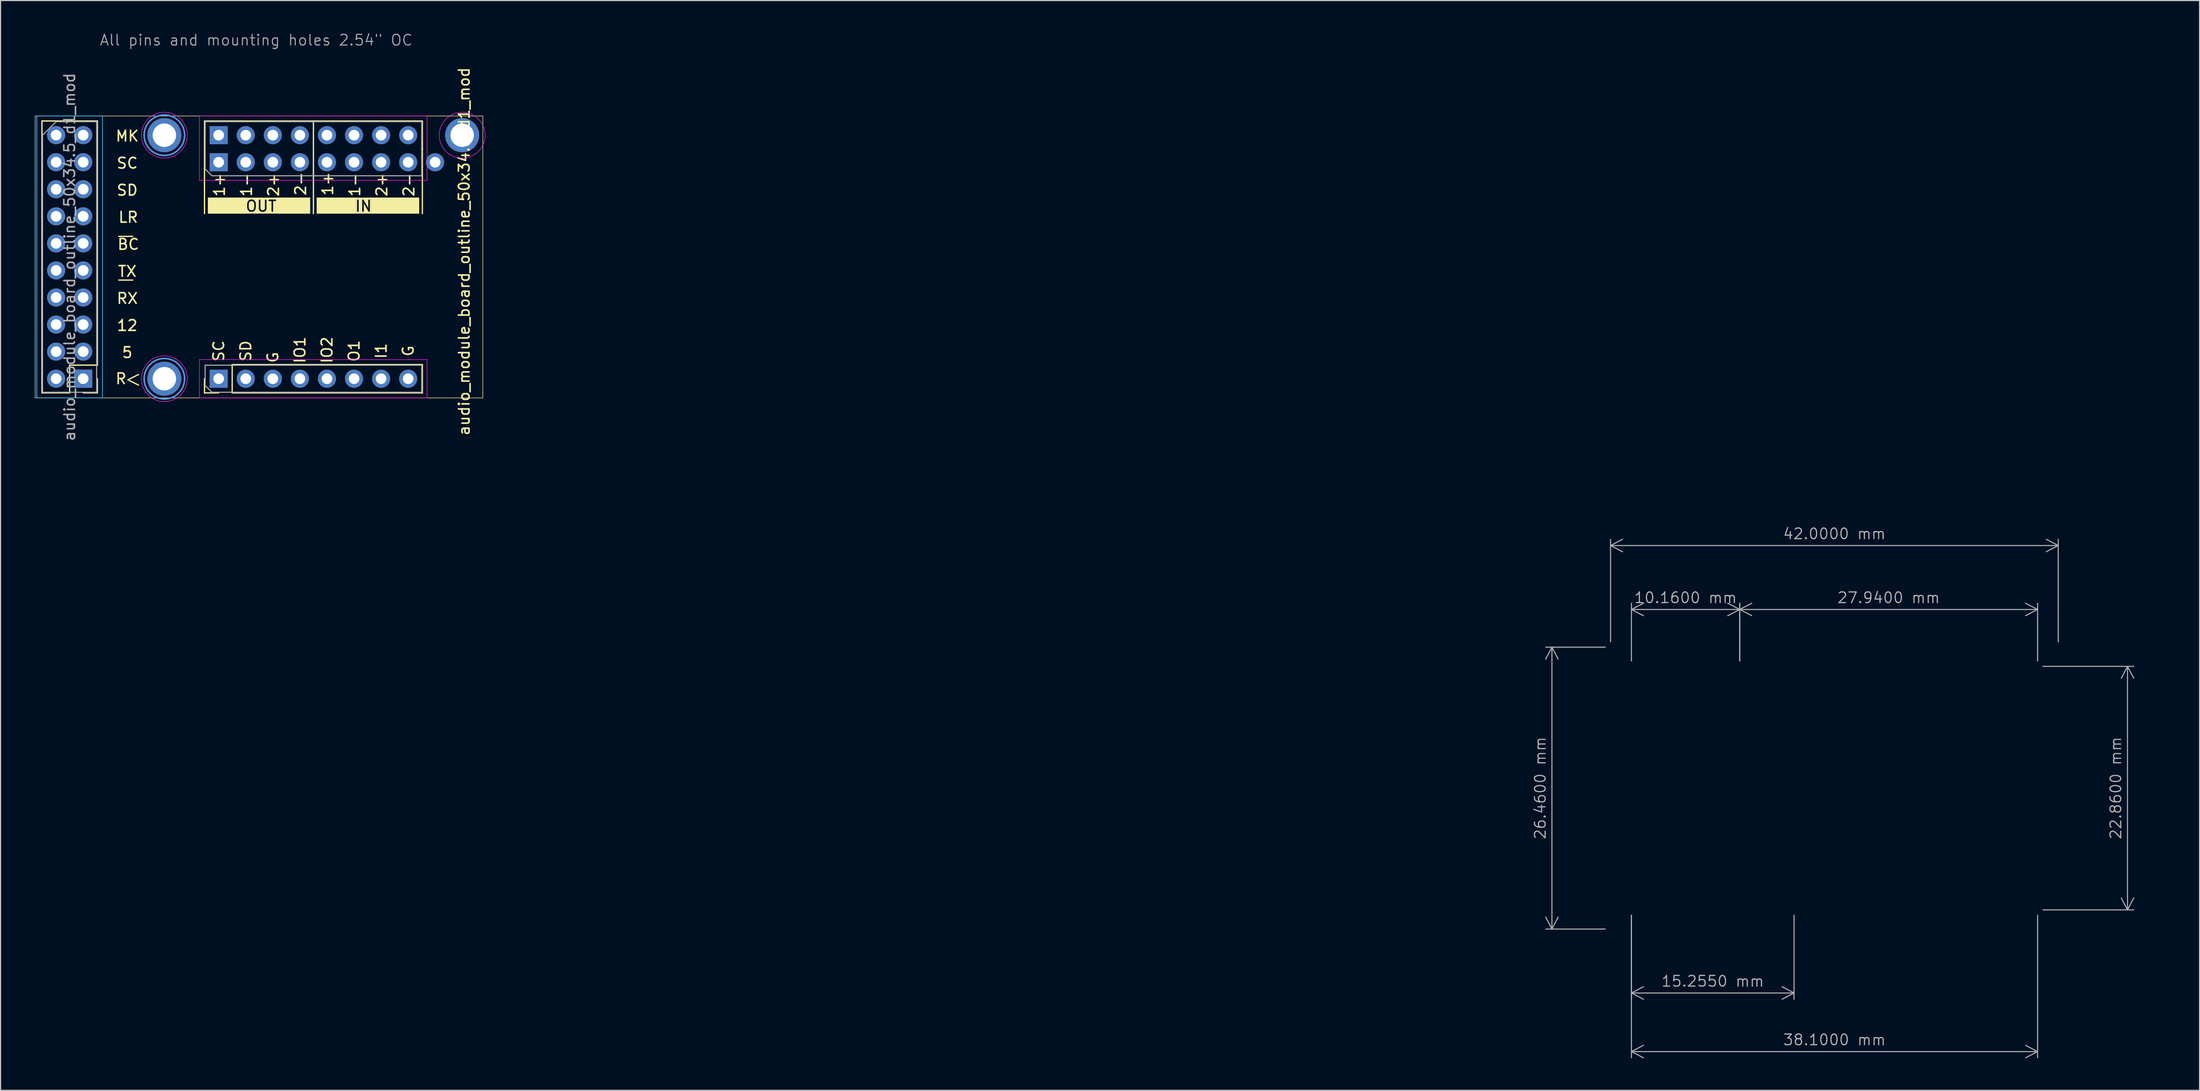
<source format=kicad_pcb>
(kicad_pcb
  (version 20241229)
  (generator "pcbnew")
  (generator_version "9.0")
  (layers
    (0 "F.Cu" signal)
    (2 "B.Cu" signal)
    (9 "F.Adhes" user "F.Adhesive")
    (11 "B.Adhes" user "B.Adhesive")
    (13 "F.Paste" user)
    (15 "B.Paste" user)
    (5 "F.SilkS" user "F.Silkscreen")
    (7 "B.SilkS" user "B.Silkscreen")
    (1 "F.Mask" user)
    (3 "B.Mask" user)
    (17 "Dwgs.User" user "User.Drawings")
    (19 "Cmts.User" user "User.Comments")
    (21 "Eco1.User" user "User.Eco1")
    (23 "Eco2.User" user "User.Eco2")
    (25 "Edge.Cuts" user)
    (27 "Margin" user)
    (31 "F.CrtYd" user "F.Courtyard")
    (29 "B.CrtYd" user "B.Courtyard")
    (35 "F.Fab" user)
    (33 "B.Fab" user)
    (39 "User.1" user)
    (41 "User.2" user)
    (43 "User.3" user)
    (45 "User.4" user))
  (footprint "audio_module_board_outline_50x34.5_d1_mod"
    (layer "F.Cu")
    (at 0.25 34.3)
    (property "Reference" "audio_module_board_outline_50x34.5_d1_mod" (at 40.25 -13.75 90) (layer "F.SilkS") (effects (font (size 1 1) (thickness 0.15))))
    (attr through_hole exclude_from_bom dnp)
    (fp_line (start 0 -26.46) (end 42 -26.46) (stroke (width 0.05) (type default)) (layer "F.SilkS"))
    (fp_line (start 0 0) (end 0 -26.46) (stroke (width 0.05) (type default)) (layer "F.SilkS"))
    (fp_line (start 0.635 -0.475) (end 0.635 -25.995) (stroke (width 0.12) (type solid)) (layer "F.SilkS"))
    (fp_line (start 3.235 -3.075) (end 3.235 -0.475) (stroke (width 0.12) (type solid)) (layer "F.SilkS"))
    (fp_line (start 3.235 -0.475) (end 0.635 -0.475) (stroke (width 0.12) (type solid)) (layer "F.SilkS"))
    (fp_line (start 5.835 -25.995) (end 0.635 -25.995) (stroke (width 0.12) (type solid)) (layer "F.SilkS"))
    (fp_line (start 5.835 -3.075) (end 3.235 -3.075) (stroke (width 0.12) (type solid)) (layer "F.SilkS"))
    (fp_line (start 5.835 -3.075) (end 5.835 -25.995) (stroke (width 0.12) (type solid)) (layer "F.SilkS"))
    (fp_line (start 5.835 -1.805) (end 5.835 -0.475) (stroke (width 0.12) (type solid)) (layer "F.SilkS"))
    (fp_line (start 5.835 -0.475) (end 4.505 -0.475) (stroke (width 0.12) (type solid)) (layer "F.SilkS"))
    (fp_line (start 7.845 -15.16) (end 9.155 -15.16) (stroke (width 0.12) (type solid)) (layer "F.SilkS"))
    (fp_line (start 8.7 -1.7) (end 9.7 -1.2) (stroke (width 0.12) (type solid)) (layer "F.SilkS"))
    (fp_line (start 9.155 -11.06) (end 7.845 -11.06) (stroke (width 0.12) (type solid)) (layer "F.SilkS"))
    (fp_line (start 9.7 -2.2) (end 8.7 -1.7) (stroke (width 0.12) (type solid)) (layer "F.SilkS"))
    (fp_line (start 15.885 -25.99) (end 36.325 -25.99) (stroke (width 0.12) (type solid)) (layer "F.SilkS"))
    (fp_line (start 15.885 -20.79) (end 15.885 -25.99) (stroke (width 0.12) (type solid)) (layer "F.SilkS"))
    (fp_line (start 15.885 -20.79) (end 15.885 -17.3) (stroke (width 0.12) (type solid)) (layer "F.SilkS"))
    (fp_line (start 15.885 -0.47) (end 15.885 -1.8) (stroke (width 0.12) (type solid)) (layer "F.SilkS"))
    (fp_line (start 17.215 -0.47) (end 15.885 -0.47) (stroke (width 0.12) (type solid)) (layer "F.SilkS"))
    (fp_line (start 18.485 -3.13) (end 36.325 -3.13) (stroke (width 0.12) (type solid)) (layer "F.SilkS"))
    (fp_line (start 18.485 -0.47) (end 18.485 -3.13) (stroke (width 0.12) (type solid)) (layer "F.SilkS"))
    (fp_line (start 18.485 -0.47) (end 36.325 -0.47) (stroke (width 0.12) (type solid)) (layer "F.SilkS"))
    (fp_line (start 26.105 -25.99) (end 26.105 -17.3) (stroke (width 0.12) (type solid)) (layer "F.SilkS"))
    (fp_line (start 36.325 -23.33) (end 36.325 -25.99) (stroke (width 0.12) (type solid)) (layer "F.SilkS"))
    (fp_line (start 36.325 -17.3) (end 36.325 -23.45) (stroke (width 0.12) (type solid)) (layer "F.SilkS"))
    (fp_line (start 36.325 -0.47) (end 36.325 -3.13) (stroke (width 0.12) (type solid)) (layer "F.SilkS"))
    (fp_line (start 42 -26.46) (end 42 0) (stroke (width 0.05) (type default)) (layer "F.SilkS"))
    (fp_line (start 42 0) (end 0 0) (stroke (width 0.05) (type default)) (layer "F.SilkS"))
    (fp_rect (start 16.2 -18.8) (end 19.8 -17.3) (stroke (width 0) (type solid)) (fill yes) (layer "F.SilkS"))
    (fp_rect (start 16.2 -18.8) (end 25.8 -18.7) (stroke (width 0) (type solid)) (fill yes) (layer "F.SilkS"))
    (fp_rect (start 16.2 -17.4) (end 25.8 -17.3) (stroke (width 0) (type solid)) (fill yes) (layer "F.SilkS"))
    (fp_rect (start 22.7 -18.8) (end 25.8 -17.3) (stroke (width 0) (type solid)) (fill yes) (layer "F.SilkS"))
    (fp_rect (start 26.4 -18.8) (end 36 -18.7) (stroke (width 0) (type solid)) (fill yes) (layer "F.SilkS"))
    (fp_rect (start 26.4 -17.4) (end 36 -17.3) (stroke (width 0) (type solid)) (fill yes) (layer "F.SilkS"))
    (fp_rect (start 26.41 -18.8) (end 30.1 -17.3) (stroke (width 0) (type solid)) (fill yes) (layer "F.SilkS"))
    (fp_rect (start 31.5 -18.8) (end 36.03 -17.3) (stroke (width 0) (type solid)) (fill yes) (layer "F.SilkS"))
    (fp_circle (center 12.12 -24.66) (end 14.02 -24.66) (stroke (width 0.15) (type solid)) (fill no) (layer "Cmts.User"))
    (fp_circle (center 12.12 -1.8) (end 14.02 -1.8) (stroke (width 0.15) (type solid)) (fill no) (layer "Cmts.User"))
    (fp_rect (start 0.15 -26.46) (end 6.31 0) (stroke (width 0.05) (type default)) (fill no) (layer "B.CrtYd"))
    (fp_line (start 0.155 -26.455) (end 0.155 -0.005) (stroke (width 0.05) (type solid)) (layer "F.CrtYd"))
    (fp_line (start 0.155 -0.005) (end 6.305 -0.005) (stroke (width 0.05) (type solid)) (layer "F.CrtYd"))
    (fp_line (start 6.305 -26.455) (end 0.155 -26.455) (stroke (width 0.05) (type solid)) (layer "F.CrtYd"))
    (fp_line (start 6.305 -0.005) (end 6.305 -26.455) (stroke (width 0.05) (type solid)) (layer "F.CrtYd"))
    (fp_line (start 15.415 -26.46) (end 15.415 -20.42) (stroke (width 0.05) (type solid)) (layer "F.CrtYd"))
    (fp_line (start 15.415 -20.42) (end 36.765 -20.42) (stroke (width 0.05) (type solid)) (layer "F.CrtYd"))
    (fp_line (start 15.415 -3.6) (end 15.415 0) (stroke (width 0.05) (type solid)) (layer "F.CrtYd"))
    (fp_line (start 15.415 0) (end 36.765 0) (stroke (width 0.05) (type solid)) (layer "F.CrtYd"))
    (fp_line (start 36.765 -26.46) (end 15.415 -26.46) (stroke (width 0.05) (type solid)) (layer "F.CrtYd"))
    (fp_line (start 36.765 -20.42) (end 36.765 -26.46) (stroke (width 0.05) (type solid)) (layer "F.CrtYd"))
    (fp_line (start 36.765 -3.6) (end 15.415 -3.6) (stroke (width 0.05) (type solid)) (layer "F.CrtYd"))
    (fp_line (start 36.765 0) (end 36.765 -3.6) (stroke (width 0.05) (type solid)) (layer "F.CrtYd"))
    (fp_circle (center 12.12 -24.66) (end 14.27 -24.66) (stroke (width 0.05) (type solid)) (fill no) (layer "F.CrtYd"))
    (fp_circle (center 12.12 -1.8) (end 14.27 -1.8) (stroke (width 0.05) (type solid)) (fill no) (layer "F.CrtYd"))
    (fp_circle (center 40.06 -24.66) (end 42.21 -24.66) (stroke (width 0.05) (type solid)) (fill no) (layer "F.CrtYd"))
    (fp_line (start 0.69 -24.66) (end 1.96 -25.93) (stroke (width 0.1) (type solid)) (layer "F.Fab"))
    (fp_line (start 0.69 -0.53) (end 0.69 -24.66) (stroke (width 0.1) (type solid)) (layer "F.Fab"))
    (fp_line (start 1.96 -25.93) (end 5.77 -25.93) (stroke (width 0.1) (type solid)) (layer "F.Fab"))
    (fp_line (start 5.77 -25.93) (end 5.77 -0.53) (stroke (width 0.1) (type solid)) (layer "F.Fab"))
    (fp_line (start 5.77 -0.53) (end 0.69 -0.53) (stroke (width 0.1) (type solid)) (layer "F.Fab"))
    (fp_line (start 15.945 -25.93) (end 36.265 -25.93) (stroke (width 0.1) (type solid)) (layer "F.Fab"))
    (fp_line (start 15.945 -24.025) (end 15.945 -25.93) (stroke (width 0.1) (type solid)) (layer "F.Fab"))
    (fp_line (start 15.945 -21.485) (end 15.945 -25.99) (stroke (width 0.1) (type solid)) (layer "F.Fab"))
    (fp_line (start 15.945 -3.07) (end 36.265 -3.07) (stroke (width 0.1) (type solid)) (layer "F.Fab"))
    (fp_line (start 15.945 -1.165) (end 15.945 -3.07) (stroke (width 0.1) (type solid)) (layer "F.Fab"))
    (fp_line (start 16.58 -20.85) (end 15.945 -21.485) (stroke (width 0.1) (type solid)) (layer "F.Fab"))
    (fp_line (start 16.58 -0.53) (end 15.945 -1.165) (stroke (width 0.1) (type solid)) (layer "F.Fab"))
    (fp_line (start 36.265 -25.93) (end 36.265 -23.39) (stroke (width 0.1) (type solid)) (layer "F.Fab"))
    (fp_line (start 36.265 -23.39) (end 36.265 -20.85) (stroke (width 0.1) (type solid)) (layer "F.Fab"))
    (fp_line (start 36.265 -20.85) (end 16.58 -20.85) (stroke (width 0.1) (type solid)) (layer "F.Fab"))
    (fp_line (start 36.265 -3.07) (end 36.265 -0.53) (stroke (width 0.1) (type solid)) (layer "F.Fab"))
    (fp_line (start 36.265 -0.53) (end 16.58 -0.53) (stroke (width 0.1) (type solid)) (layer "F.Fab"))
    (fp_text user "OUT" (at 21.2 -18 0) (unlocked yes) (layer "F.SilkS" knockout) (effects (font (size 1 1) (thickness 0.15))))
    (fp_text user "G" (at 35 -4.405 90) (unlocked yes) (layer "F.SilkS") (effects (font (size 1 1) (thickness 0.15))))
    (fp_text user "SC" (at 8.64 -22.035 0) (unlocked yes) (layer "F.SilkS") (effects (font (size 1 1) (thickness 0.15))))
    (fp_text user "1-" (at 19.82 -20.005 90) (unlocked yes) (layer "F.SilkS") (effects (font (size 1 1) (thickness 0.15))))
    (fp_text user "1+" (at 27.44 -20.1 90) (unlocked yes) (layer "F.SilkS") (effects (font (size 1 1) (thickness 0.15))))
    (fp_text user "IO1" (at 24.84 -4.5 90) (unlocked yes) (layer "F.SilkS") (effects (font (size 1 1) (thickness 0.15))))
    (fp_text user "2-" (at 24.9 -20.1 90) (unlocked yes) (layer "F.SilkS") (effects (font (size 1 1) (thickness 0.15))))
    (fp_text user "5" (at 8.64 -4.255 0) (unlocked yes) (layer "F.SilkS") (effects (font (size 1 1) (thickness 0.15))))
    (fp_text user "R" (at 8.05 -1.8 0) (unlocked yes) (layer "F.SilkS") (effects (font (size 1 1) (thickness 0.15))))
    (fp_text user "IN" (at 30.8 -18 0) (unlocked yes) (layer "F.SilkS" knockout) (effects (font (size 1 1) (thickness 0.15))))
    (fp_text user "SD" (at 19.76 -4.405 90) (unlocked yes) (layer "F.SilkS") (effects (font (size 1 1) (thickness 0.15))))
    (fp_text user "1+" (at 17.28 -20.005 90) (unlocked yes) (layer "F.SilkS") (effects (font (size 1 1) (thickness 0.15))))
    (fp_text user "G" (at 22.3 -3.805 90) (unlocked yes) (layer "F.SilkS") (effects (font (size 1 1) (thickness 0.15))))
    (fp_text user "2-" (at 35.06 -20.005 90) (unlocked yes) (layer "F.SilkS") (effects (font (size 1 1) (thickness 0.15))))
    (fp_text user "LR" (at 8.735 -16.955 0) (unlocked yes) (layer "F.SilkS") (effects (font (size 1 1) (thickness 0.15))))
    (fp_text user "IO2" (at 27.38 -4.5 90) (unlocked yes) (layer "F.SilkS") (effects (font (size 1 1) (thickness 0.15))))
    (fp_text user "RX" (at 8.64 -9.335 0) (unlocked yes) (layer "F.SilkS") (effects (font (size 1 1) (thickness 0.15))))
    (fp_text user "MK" (at 8.64 -24.575 0) (unlocked yes) (layer "F.SilkS") (effects (font (size 1 1) (thickness 0.15))))
    (fp_text user "12" (at 8.64 -6.795 0) (unlocked yes) (layer "F.SilkS") (effects (font (size 1 1) (thickness 0.15))))
    (fp_text user "BC" (at 8.735 -14.415 0) (unlocked yes) (layer "F.SilkS") (effects (font (size 1 1) (thickness 0.15))))
    (fp_text user "TX" (at 8.64 -11.875 0) (unlocked yes) (layer "F.SilkS") (effects (font (size 1 1) (thickness 0.15))))
    (fp_text user "O1" (at 29.92 -4.405 90) (unlocked yes) (layer "F.SilkS") (effects (font (size 1 1) (thickness 0.15))))
    (fp_text user "2+" (at 32.52 -20.005 90) (unlocked yes) (layer "F.SilkS") (effects (font (size 1 1) (thickness 0.15))))
    (fp_text user "SC" (at 17.22 -4.405 90) (unlocked yes) (layer "F.SilkS") (effects (font (size 1 1) (thickness 0.15))))
    (fp_text user "1-" (at 29.98 -20.005 90) (unlocked yes) (layer "F.SilkS") (effects (font (size 1 1) (thickness 0.15))))
    (fp_text user "2+" (at 22.36 -20.005 90) (unlocked yes) (layer "F.SilkS") (effects (font (size 1 1) (thickness 0.15))))
    (fp_text user "SD" (at 8.64 -19.495 0) (unlocked yes) (layer "F.SilkS") (effects (font (size 1 1) (thickness 0.15))))
    (fp_text user "I1" (at 32.46 -4.405 90) (unlocked yes) (layer "F.SilkS") (effects (font (size 1 1) (thickness 0.15))))
    (fp_text user "All pins and mounting holes 2.54\" OC" (at 6 -33 0) (unlocked yes) (layer "F.Fab") (effects (font (size 1 1) (thickness 0.1)) (justify left bottom)))
    (fp_text user "${REFERENCE}" (at 3.23 -13.23 90) (layer "F.Fab") (effects (font (size 1 1) (thickness 0.15))))
    (dimension (type orthogonal) (layer "F.Fab") (pts (xy 150.01 82.358) (xy 165.265 82.358)) (height 7.8) (orientation 0) (format (prefix "") (suffix "") (units 3) (units_format 1) (precision 4)) (style (thickness 0.1) (arrow_length 1.27) (text_position_mode 0) (arrow_direction outward) (extension_height 0.586) (extension_offset 0.5) (keep_text_aligned yes)) (gr_text "15.2550 mm" (at 157.637 89.058 0) (layer "F.Fab") (effects (font (size 1 1) (thickness 0.1)))))
    (dimension (type orthogonal) (layer "F.Fab") (pts (xy 150.01 59.498) (xy 160.17 59.498)) (height -5.34) (orientation 0) (format (prefix "") (suffix "") (units 3) (units_format 1) (precision 4)) (style (thickness 0.1) (arrow_length 1.27) (text_position_mode 0) (arrow_direction outward) (extension_height 0.586) (extension_offset 0.5) (keep_text_aligned yes)) (gr_text "10.1600 mm" (at 155.09 53.057 0) (layer "F.Fab") (effects (font (size 1 1) (thickness 0.1)))))
    (dimension (type orthogonal) (layer "F.Fab") (pts (xy 148.05 57.697) (xy 190.05 57.697)) (height -9.54) (orientation 0) (format (prefix "") (suffix "") (units 3) (units_format 1) (precision 4)) (style (thickness 0.1) (arrow_length 1.27) (text_position_mode 0) (arrow_direction outward) (extension_height 0.586) (extension_offset 0.5) (keep_text_aligned yes)) (gr_text "42.0000 mm" (at 169.05 47.057 0) (layer "F.Fab") (effects (font (size 1 1) (thickness 0.1)))))
    (dimension (type orthogonal) (layer "F.Fab") (pts (xy 188.11 59.498) (xy 188.11 82.358)) (height 8.44) (orientation 1) (format (prefix "") (suffix "") (units 3) (units_format 1) (precision 4)) (style (thickness 0.1) (arrow_length 1.27) (text_position_mode 0) (arrow_direction outward) (extension_height 0.586) (extension_offset 0.5) (keep_text_aligned yes)) (gr_text "22.8600 mm" (at 195.45 70.927 90) (layer "F.Fab") (effects (font (size 1 1) (thickness 0.1)))))
    (dimension (type orthogonal) (layer "F.Fab") (pts (xy 150.01 82.358) (xy 188.11 82.358)) (height 13.3) (orientation 0) (format (prefix "") (suffix "") (units 3) (units_format 1) (precision 4)) (style (thickness 0.1) (arrow_length 1.27) (text_position_mode 0) (arrow_direction outward) (extension_height 0.586) (extension_offset 0.5) (keep_text_aligned yes)) (gr_text "38.1000 mm" (at 169.06 94.558 0) (layer "F.Fab") (effects (font (size 1 1) (thickness 0.1)))))
    (dimension (type orthogonal) (layer "F.Fab") (pts (xy 160.17 59.498) (xy 188.11 59.498)) (height -5.34) (orientation 0) (format (prefix "") (suffix "") (units 3) (units_format 1) (precision 4)) (style (thickness 0.1) (arrow_length 1.27) (text_position_mode 0) (arrow_direction outward) (extension_height 0.586) (extension_offset 0.5) (keep_text_aligned yes)) (gr_text "27.9400 mm" (at 174.14 53.057 0) (layer "F.Fab") (effects (font (size 1 1) (thickness 0.1)))))
    (dimension (type orthogonal) (layer "F.Fab") (pts (xy 148.05 57.697) (xy 148.05 84.157)) (height -5.5) (orientation 1) (format (prefix "") (suffix "") (units 3) (units_format 1) (precision 4)) (style (thickness 0.1) (arrow_length 1.27) (text_position_mode 0) (arrow_direction outward) (extension_height 0.586) (extension_offset 0.5) (keep_text_aligned yes)) (gr_text "26.4600 mm" (at 141.45 70.927 90) (layer "F.Fab") (effects (font (size 1 1) (thickness 0.1)))))
    (pad "1" thru_hole rect (at 4.505 -1.805 180) (size 1.7 1.7) (drill 1) (layers "*.Cu" "*.Mask"))
    (pad "2" thru_hole oval (at 1.965 -1.805 180) (size 1.7 1.7) (drill 1) (layers "*.Cu" "*.Mask"))
    (pad "3" thru_hole oval (at 4.505 -4.345 180) (size 1.7 1.7) (drill 1) (layers "*.Cu" "*.Mask"))
    (pad "4" thru_hole oval (at 1.965 -4.345 180) (size 1.7 1.7) (drill 1) (layers "*.Cu" "*.Mask"))
    (pad "5" thru_hole oval (at 4.505 -6.885 180) (size 1.7 1.7) (drill 1) (layers "*.Cu" "*.Mask"))
    (pad "6" thru_hole oval (at 1.965 -6.885 180) (size 1.7 1.7) (drill 1) (layers "*.Cu" "*.Mask"))
    (pad "7" thru_hole oval (at 4.505 -9.425 180) (size 1.7 1.7) (drill 1) (layers "*.Cu" "*.Mask"))
    (pad "8" thru_hole oval (at 1.965 -9.425 180) (size 1.7 1.7) (drill 1) (layers "*.Cu" "*.Mask"))
    (pad "9" thru_hole oval (at 4.505 -11.965 180) (size 1.7 1.7) (drill 1) (layers "*.Cu" "*.Mask"))
    (pad "10" thru_hole oval (at 1.965 -11.965 180) (size 1.7 1.7) (drill 1) (layers "*.Cu" "*.Mask"))
    (pad "11" thru_hole oval (at 4.505 -14.505 180) (size 1.7 1.7) (drill 1) (layers "*.Cu" "*.Mask"))
    (pad "12" thru_hole oval (at 1.965 -14.505 180) (size 1.7 1.7) (drill 1) (layers "*.Cu" "*.Mask"))
    (pad "13" thru_hole oval (at 4.505 -17.045 180) (size 1.7 1.7) (drill 1) (layers "*.Cu" "*.Mask"))
    (pad "14" thru_hole oval (at 1.965 -17.045 180) (size 1.7 1.7) (drill 1) (layers "*.Cu" "*.Mask"))
    (pad "15" thru_hole oval (at 4.505 -19.585 180) (size 1.7 1.7) (drill 1) (layers "*.Cu" "*.Mask"))
    (pad "16" thru_hole oval (at 1.965 -19.585 180) (size 1.7 1.7) (drill 1) (layers "*.Cu" "*.Mask"))
    (pad "17" thru_hole oval (at 4.505 -22.125 180) (size 1.7 1.7) (drill 1) (layers "*.Cu" "*.Mask"))
    (pad "18" thru_hole oval (at 1.965 -22.125 180) (size 1.7 1.7) (drill 1) (layers "*.Cu" "*.Mask"))
    (pad "19" thru_hole oval (at 4.505 -24.665 180) (size 1.7 1.7) (drill 1) (layers "*.Cu" "*.Mask"))
    (pad "20" thru_hole oval (at 1.965 -24.665 180) (size 1.7 1.7) (drill 1) (layers "*.Cu" "*.Mask"))
    (pad "21" thru_hole rect (at 17.215 -22.12 90) (size 1.7 1.7) (drill 1) (layers "*.Cu" "*.Mask"))
    (pad "22" thru_hole rect (at 17.215 -24.66 90) (size 1.7 1.7) (drill 1) (layers "*.Cu" "*.Mask"))
    (pad "23" thru_hole oval (at 19.755 -22.12 90) (size 1.7 1.7) (drill 1) (layers "*.Cu" "*.Mask"))
    (pad "24" thru_hole oval (at 19.755 -24.66 90) (size 1.7 1.7) (drill 1) (layers "*.Cu" "*.Mask"))
    (pad "25" thru_hole oval (at 22.295 -22.12 90) (size 1.7 1.7) (drill 1) (layers "*.Cu" "*.Mask"))
    (pad "26" thru_hole oval (at 22.295 -24.66 90) (size 1.7 1.7) (drill 1) (layers "*.Cu" "*.Mask"))
    (pad "27" thru_hole oval (at 24.835 -22.12 90) (size 1.7 1.7) (drill 1) (layers "*.Cu" "*.Mask"))
    (pad "28" thru_hole oval (at 24.835 -24.66 90) (size 1.7 1.7) (drill 1) (layers "*.Cu" "*.Mask"))
    (pad "29" thru_hole oval (at 27.375 -22.12 90) (size 1.7 1.7) (drill 1) (layers "*.Cu" "*.Mask"))
    (pad "30" thru_hole oval (at 27.375 -24.66 90) (size 1.7 1.7) (drill 1) (layers "*.Cu" "*.Mask"))
    (pad "31" thru_hole oval (at 29.915 -22.12 90) (size 1.7 1.7) (drill 1) (layers "*.Cu" "*.Mask"))
    (pad "32" thru_hole oval (at 29.915 -24.66 90) (size 1.7 1.7) (drill 1) (layers "*.Cu" "*.Mask"))
    (pad "33" thru_hole oval (at 32.455 -22.12 90) (size 1.7 1.7) (drill 1) (layers "*.Cu" "*.Mask"))
    (pad "34" thru_hole oval (at 32.455 -24.66 90) (size 1.7 1.7) (drill 1) (layers "*.Cu" "*.Mask"))
    (pad "35" thru_hole oval (at 34.995 -22.12 90) (size 1.7 1.7) (drill 1) (layers "*.Cu" "*.Mask"))
    (pad "36" thru_hole oval (at 34.995 -24.66 90) (size 1.7 1.7) (drill 1) (layers "*.Cu" "*.Mask"))
    (pad "37" thru_hole rect (at 17.215 -1.8 90) (size 1.7 1.7) (drill 1) (layers "*.Cu" "*.Mask"))
    (pad "38" thru_hole oval (at 19.755 -1.8 90) (size 1.7 1.7) (drill 1) (layers "*.Cu" "*.Mask"))
    (pad "39" thru_hole oval (at 22.295 -1.8 90) (size 1.7 1.7) (drill 1) (layers "*.Cu" "*.Mask"))
    (pad "40" thru_hole oval (at 24.835 -1.8 90) (size 1.7 1.7) (drill 1) (layers "*.Cu" "*.Mask"))
    (pad "41" thru_hole oval (at 27.375 -1.8 90) (size 1.7 1.7) (drill 1) (layers "*.Cu" "*.Mask"))
    (pad "42" thru_hole oval (at 29.915 -1.8 90) (size 1.7 1.7) (drill 1) (layers "*.Cu" "*.Mask"))
    (pad "43" thru_hole oval (at 32.455 -1.8 90) (size 1.7 1.7) (drill 1) (layers "*.Cu" "*.Mask"))
    (pad "44" thru_hole oval (at 34.995 -1.8 90) (size 1.7 1.7) (drill 1) (layers "*.Cu" "*.Mask"))
    (pad "48" thru_hole oval (at 37.52 -22.12 90) (size 1.7 1.7) (drill 1) (layers "*.Cu" "*.Mask"))
    (pad "49" thru_hole circle (at 12.12 -24.66) (size 3.2 3.2) (drill 2.2) (layers "*.Cu" "*.Mask"))
    (pad "50" thru_hole circle (at 40.06 -24.66) (size 3.2 3.2) (drill 2.2) (layers "*.Cu" "*.Mask"))
    (pad "51" thru_hole circle (at 12.12 -1.8) (size 3.2 3.2) (drill 2.2) (layers "*.Cu" "*.Mask")))
  (gr_rect
    (start -3 -3)
    (end 203.31 99.294)
    (stroke (width 0.1) (type default))
    (fill no)
    (layer "Edge.Cuts")))
</source>
